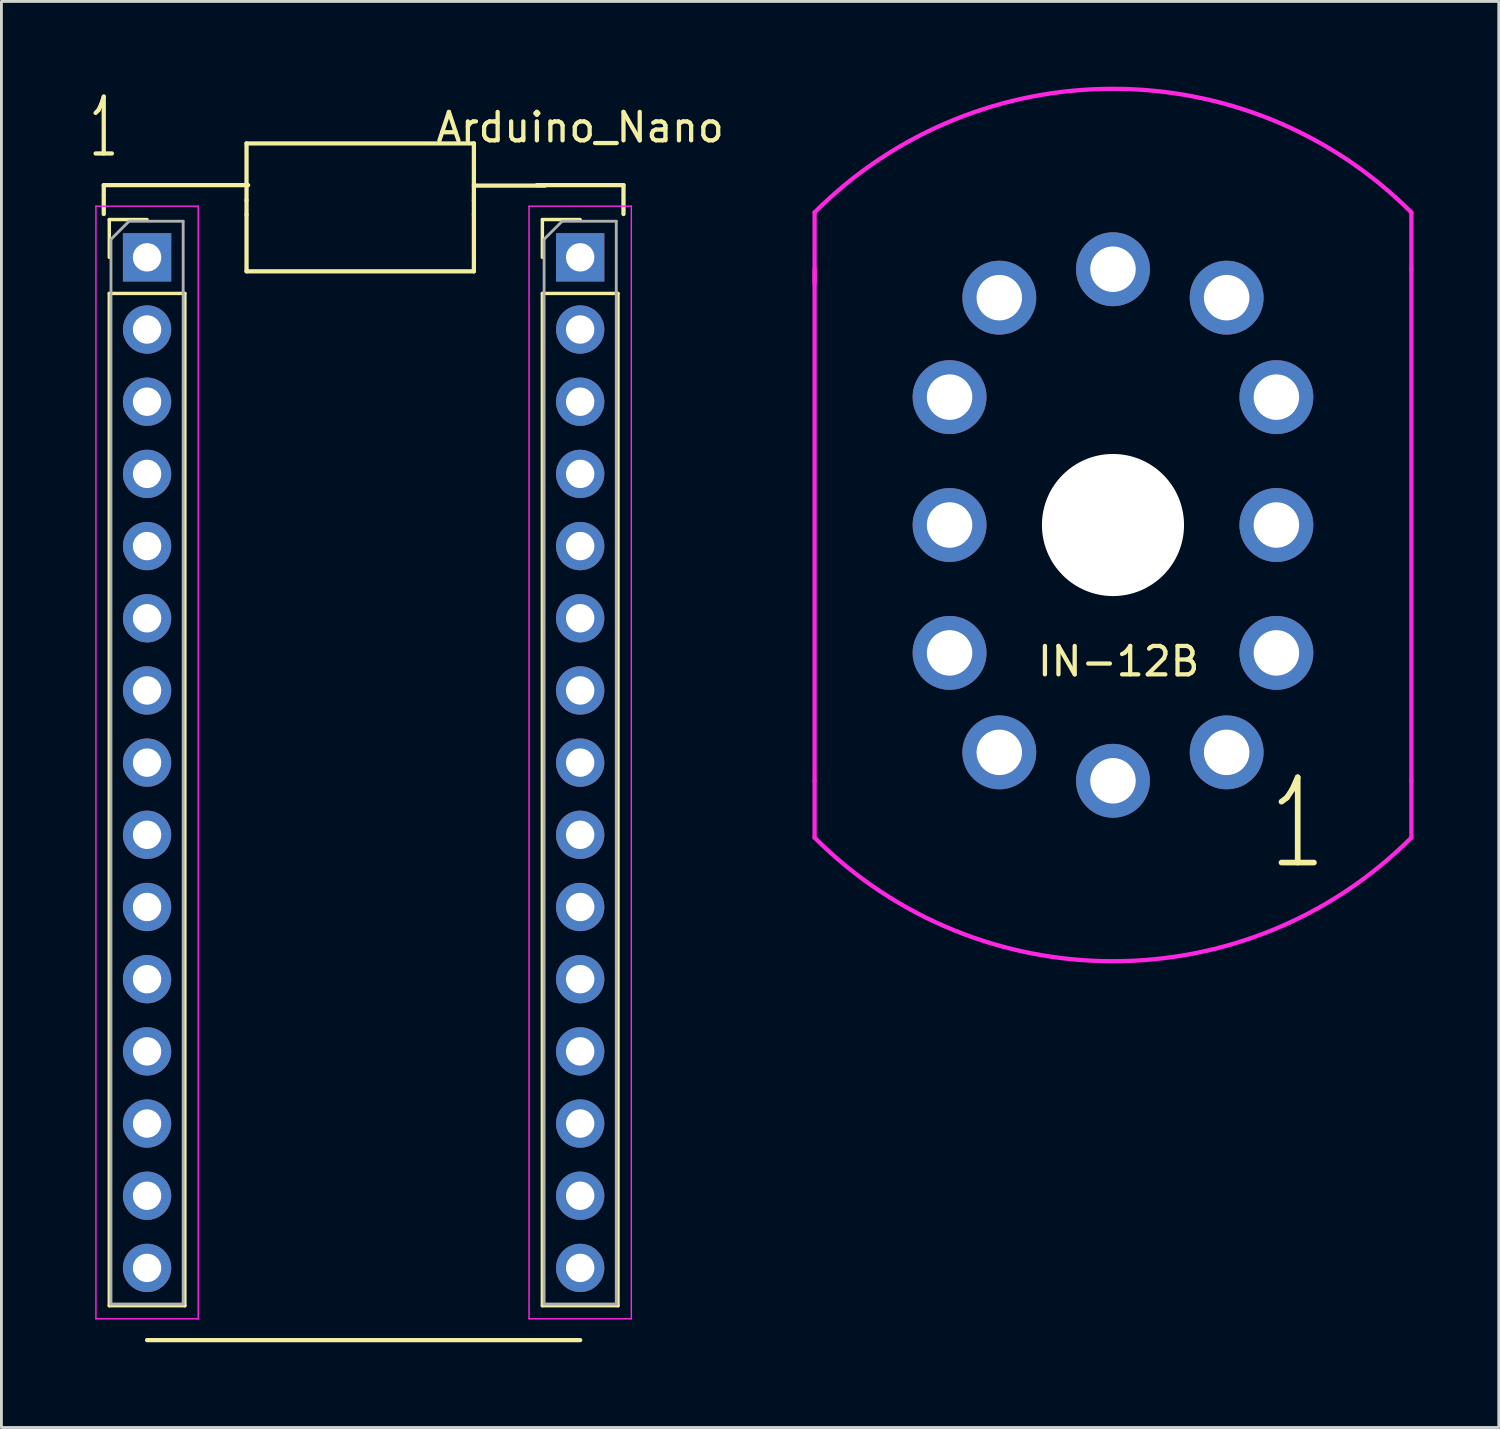
<source format=kicad_pcb>
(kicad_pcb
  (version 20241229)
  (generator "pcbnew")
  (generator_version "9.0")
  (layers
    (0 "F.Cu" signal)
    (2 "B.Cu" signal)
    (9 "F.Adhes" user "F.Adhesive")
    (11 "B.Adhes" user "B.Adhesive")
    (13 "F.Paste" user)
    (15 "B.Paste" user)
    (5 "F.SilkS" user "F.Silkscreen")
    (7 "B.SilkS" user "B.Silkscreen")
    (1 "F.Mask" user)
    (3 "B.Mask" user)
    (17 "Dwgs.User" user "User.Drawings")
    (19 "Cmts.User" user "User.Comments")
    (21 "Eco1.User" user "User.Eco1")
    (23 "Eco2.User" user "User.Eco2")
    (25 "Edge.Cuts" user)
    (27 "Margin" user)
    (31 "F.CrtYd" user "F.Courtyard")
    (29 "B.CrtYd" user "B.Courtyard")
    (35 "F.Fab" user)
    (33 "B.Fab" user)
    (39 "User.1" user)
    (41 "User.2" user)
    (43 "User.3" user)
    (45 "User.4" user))
  (footprint "Arduino_Nano"
    (layer "F.Cu")
    (at 2.125 6.005)
    (property "Reference" "Arduino_Nano" (at 15.24 -4.572 0) (layer "F.SilkS") (effects (font (size 1 1) (thickness 0.15))))
    (attr through_hole)
    (fp_line (start -1.524 -2.54) (end -1.524 -1.524) (stroke (width 0.15) (type solid)) (layer "F.SilkS"))
    (fp_line (start -1.33 -1.33) (end 0 -1.33) (stroke (width 0.12) (type solid)) (layer "F.SilkS"))
    (fp_line (start -1.33 0) (end -1.33 -1.33) (stroke (width 0.12) (type solid)) (layer "F.SilkS"))
    (fp_line (start -1.33 1.27) (end -1.33 36.89) (stroke (width 0.12) (type solid)) (layer "F.SilkS"))
    (fp_line (start -1.33 1.27) (end 1.33 1.27) (stroke (width 0.12) (type solid)) (layer "F.SilkS"))
    (fp_line (start -1.33 36.89) (end 1.33 36.89) (stroke (width 0.12) (type solid)) (layer "F.SilkS"))
    (fp_line (start 0 38.1) (end 15.24 38.1) (stroke (width 0.15) (type solid)) (layer "F.SilkS"))
    (fp_line (start 1.33 1.27) (end 1.33 36.89) (stroke (width 0.12) (type solid)) (layer "F.SilkS"))
    (fp_line (start 3.5 -4.008) (end 11.5 -4.008) (stroke (width 0.15) (type solid)) (layer "F.SilkS"))
    (fp_line (start 3.5 -2.008) (end 3.5 -4.008) (stroke (width 0.15) (type solid)) (layer "F.SilkS"))
    (fp_line (start 3.5 -2.008) (end 3.5 -1.508) (stroke (width 0.15) (type solid)) (layer "F.SilkS"))
    (fp_line (start 3.5 -1.508) (end 3.5 0.492) (stroke (width 0.15) (type solid)) (layer "F.SilkS"))
    (fp_line (start 3.5 0.492) (end 11.5 0.492) (stroke (width 0.15) (type solid)) (layer "F.SilkS"))
    (fp_line (start 3.556 -2.54) (end -1.524 -2.54) (stroke (width 0.15) (type solid)) (layer "F.SilkS"))
    (fp_line (start 11.5 -4.008) (end 11.5 -2.008) (stroke (width 0.15) (type solid)) (layer "F.SilkS"))
    (fp_line (start 11.5 -2.524) (end 14 -2.524) (stroke (width 0.15) (type solid)) (layer "F.SilkS"))
    (fp_line (start 11.5 -2.008) (end 11.5 -1.508) (stroke (width 0.15) (type solid)) (layer "F.SilkS"))
    (fp_line (start 11.5 0.492) (end 11.5 -1.508) (stroke (width 0.15) (type solid)) (layer "F.SilkS"))
    (fp_line (start 13.716 -2.54) (end 16.764 -2.54) (stroke (width 0.15) (type solid)) (layer "F.SilkS"))
    (fp_line (start 13.91 -1.33) (end 15.24 -1.33) (stroke (width 0.12) (type solid)) (layer "F.SilkS"))
    (fp_line (start 13.91 0) (end 13.91 -1.33) (stroke (width 0.12) (type solid)) (layer "F.SilkS"))
    (fp_line (start 13.91 1.27) (end 13.91 36.89) (stroke (width 0.12) (type solid)) (layer "F.SilkS"))
    (fp_line (start 13.91 1.27) (end 16.57 1.27) (stroke (width 0.12) (type solid)) (layer "F.SilkS"))
    (fp_line (start 13.91 36.89) (end 16.57 36.89) (stroke (width 0.12) (type solid)) (layer "F.SilkS"))
    (fp_line (start 16.57 1.27) (end 16.57 36.89) (stroke (width 0.12) (type solid)) (layer "F.SilkS"))
    (fp_line (start 16.764 -2.54) (end 16.764 -1.524) (stroke (width 0.15) (type solid)) (layer "F.SilkS"))
    (fp_line (start -1.8 -1.8) (end -1.8 37.35) (stroke (width 0.05) (type solid)) (layer "F.CrtYd"))
    (fp_line (start -1.8 37.35) (end 1.8 37.35) (stroke (width 0.05) (type solid)) (layer "F.CrtYd"))
    (fp_line (start 1.8 -1.8) (end -1.8 -1.8) (stroke (width 0.05) (type solid)) (layer "F.CrtYd"))
    (fp_line (start 1.8 37.35) (end 1.8 -1.8) (stroke (width 0.05) (type solid)) (layer "F.CrtYd"))
    (fp_line (start 13.44 -1.8) (end 13.44 37.35) (stroke (width 0.05) (type solid)) (layer "F.CrtYd"))
    (fp_line (start 13.44 37.35) (end 17.04 37.35) (stroke (width 0.05) (type solid)) (layer "F.CrtYd"))
    (fp_line (start 17.04 -1.8) (end 13.44 -1.8) (stroke (width 0.05) (type solid)) (layer "F.CrtYd"))
    (fp_line (start 17.04 37.35) (end 17.04 -1.8) (stroke (width 0.05) (type solid)) (layer "F.CrtYd"))
    (fp_line (start -1.27 -0.635) (end -0.635 -1.27) (stroke (width 0.1) (type solid)) (layer "F.Fab"))
    (fp_line (start -1.27 36.83) (end -1.27 -0.635) (stroke (width 0.1) (type solid)) (layer "F.Fab"))
    (fp_line (start -0.635 -1.27) (end 1.27 -1.27) (stroke (width 0.1) (type solid)) (layer "F.Fab"))
    (fp_line (start 1.27 -1.27) (end 1.27 36.83) (stroke (width 0.1) (type solid)) (layer "F.Fab"))
    (fp_line (start 1.27 36.83) (end -1.27 36.83) (stroke (width 0.1) (type solid)) (layer "F.Fab"))
    (fp_line (start 13.97 -0.635) (end 14.605 -1.27) (stroke (width 0.1) (type solid)) (layer "F.Fab"))
    (fp_line (start 13.97 36.83) (end 13.97 -0.635) (stroke (width 0.1) (type solid)) (layer "F.Fab"))
    (fp_line (start 14.605 -1.27) (end 16.51 -1.27) (stroke (width 0.1) (type solid)) (layer "F.Fab"))
    (fp_line (start 16.51 -1.27) (end 16.51 36.83) (stroke (width 0.1) (type solid)) (layer "F.Fab"))
    (fp_line (start 16.51 36.83) (end 13.97 36.83) (stroke (width 0.1) (type solid)) (layer "F.Fab"))
    (fp_text user "1" (at -1.524 -4.572 0) (layer "F.SilkS") (effects (font (size 2 1) (thickness 0.15))))
    (pad "1" thru_hole rect (at 0 0) (size 1.7 1.7) (drill 1) (layers "*.Cu" "*.Mask"))
    (pad "2" thru_hole oval (at 0 2.54) (size 1.7 1.7) (drill 1) (layers "*.Cu" "*.Mask"))
    (pad "3" thru_hole oval (at 0 5.08) (size 1.7 1.7) (drill 1) (layers "*.Cu" "*.Mask"))
    (pad "4" thru_hole oval (at 0 7.62) (size 1.7 1.7) (drill 1) (layers "*.Cu" "*.Mask"))
    (pad "5" thru_hole oval (at 0 10.16) (size 1.7 1.7) (drill 1) (layers "*.Cu" "*.Mask"))
    (pad "6" thru_hole oval (at 0 12.7) (size 1.7 1.7) (drill 1) (layers "*.Cu" "*.Mask"))
    (pad "7" thru_hole oval (at 0 15.24) (size 1.7 1.7) (drill 1) (layers "*.Cu" "*.Mask"))
    (pad "8" thru_hole oval (at 0 17.78) (size 1.7 1.7) (drill 1) (layers "*.Cu" "*.Mask"))
    (pad "9" thru_hole oval (at 0 20.32) (size 1.7 1.7) (drill 1) (layers "*.Cu" "*.Mask"))
    (pad "10" thru_hole oval (at 0 22.86) (size 1.7 1.7) (drill 1) (layers "*.Cu" "*.Mask"))
    (pad "11" thru_hole oval (at 0 25.4) (size 1.7 1.7) (drill 1) (layers "*.Cu" "*.Mask"))
    (pad "12" thru_hole oval (at 0 27.94) (size 1.7 1.7) (drill 1) (layers "*.Cu" "*.Mask"))
    (pad "13" thru_hole oval (at 0 30.48) (size 1.7 1.7) (drill 1) (layers "*.Cu" "*.Mask"))
    (pad "14" thru_hole oval (at 0 33.02) (size 1.7 1.7) (drill 1) (layers "*.Cu" "*.Mask"))
    (pad "15" thru_hole oval (at 0 35.56) (size 1.7 1.7) (drill 1) (layers "*.Cu" "*.Mask"))
    (pad "16" thru_hole oval (at 15.24 35.56) (size 1.7 1.7) (drill 1) (layers "*.Cu" "*.Mask"))
    (pad "17" thru_hole oval (at 15.24 33.02) (size 1.7 1.7) (drill 1) (layers "*.Cu" "*.Mask"))
    (pad "18" thru_hole oval (at 15.24 30.48) (size 1.7 1.7) (drill 1) (layers "*.Cu" "*.Mask"))
    (pad "19" thru_hole oval (at 15.24 27.94) (size 1.7 1.7) (drill 1) (layers "*.Cu" "*.Mask"))
    (pad "20" thru_hole oval (at 15.24 25.4) (size 1.7 1.7) (drill 1) (layers "*.Cu" "*.Mask"))
    (pad "21" thru_hole oval (at 15.24 22.86) (size 1.7 1.7) (drill 1) (layers "*.Cu" "*.Mask"))
    (pad "22" thru_hole oval (at 15.24 20.32) (size 1.7 1.7) (drill 1) (layers "*.Cu" "*.Mask"))
    (pad "23" thru_hole oval (at 15.24 17.78) (size 1.7 1.7) (drill 1) (layers "*.Cu" "*.Mask"))
    (pad "24" thru_hole oval (at 15.24 15.24) (size 1.7 1.7) (drill 1) (layers "*.Cu" "*.Mask"))
    (pad "25" thru_hole oval (at 15.24 12.7) (size 1.7 1.7) (drill 1) (layers "*.Cu" "*.Mask"))
    (pad "26" thru_hole oval (at 15.24 10.16) (size 1.7 1.7) (drill 1) (layers "*.Cu" "*.Mask"))
    (pad "27" thru_hole oval (at 15.24 7.62) (size 1.7 1.7) (drill 1) (layers "*.Cu" "*.Mask"))
    (pad "28" thru_hole oval (at 15.24 5.08) (size 1.7 1.7) (drill 1) (layers "*.Cu" "*.Mask"))
    (pad "29" thru_hole oval (at 15.24 2.54) (size 1.7 1.7) (drill 1) (layers "*.Cu" "*.Mask"))
    (pad "30" thru_hole rect (at 15.24 0) (size 1.7 1.7) (drill 1) (layers "*.Cu" "*.Mask")))
  (footprint "IN-12B"
    (layer "F.Cu")
    (at 36.113 15.424)
    (property "Reference" "IN-12B" (at 0.2 4.8 0) (layer "F.SilkS") (effects (font (size 1 1) (thickness 0.15))))
    (attr through_hole)
    (fp_line (start -10.5 -11) (end -10.5 -8.5) (stroke (width 0.15) (type solid)) (layer "F.CrtYd"))
    (fp_line (start -10.5 -9) (end -10.5 9) (stroke (width 0.15) (type solid)) (layer "F.CrtYd"))
    (fp_line (start -10.5 9) (end -10.5 11) (stroke (width 0.15) (type solid)) (layer "F.CrtYd"))
    (fp_line (start 10.5 -11) (end 10.5 -9) (stroke (width 0.15) (type solid)) (layer "F.CrtYd"))
    (fp_line (start 10.5 -9) (end 10.5 9) (stroke (width 0.15) (type solid)) (layer "F.CrtYd"))
    (fp_line (start 10.5 9) (end 10.5 11) (stroke (width 0.15) (type solid)) (layer "F.CrtYd"))
    (fp_arc (start -10.5 -11) (mid 0 -15.349242) (end 10.5 -11) (stroke (width 0.15) (type solid)) (layer "F.CrtYd"))
    (fp_arc (start 10.5 11) (mid 0 15.349242) (end -10.5 11) (stroke (width 0.15) (type solid)) (layer "F.CrtYd"))
    (fp_text user "1" (at 6.5 10.5 0) (layer "F.SilkS") (effects (font (size 3 2) (thickness 0.2))))
    (pad "" np_thru_hole circle (at 0 0) (size 5 5) (drill 5) (layers "*.Cu" "*.Mask"))
    (pad "1" thru_hole circle (at 4 8) (size 2.6 2.6) (drill 1.6) (layers "*.Cu" "*.Mask"))
    (pad "2" thru_hole circle (at 5.75 4.5) (size 2.6 2.6) (drill 1.6) (layers "*.Cu" "*.Mask"))
    (pad "3" thru_hole circle (at 5.75 0) (size 2.6 2.6) (drill 1.6) (layers "*.Cu" "*.Mask"))
    (pad "4" thru_hole circle (at 5.75 -4.5) (size 2.6 2.6) (drill 1.6) (layers "*.Cu" "*.Mask"))
    (pad "5" thru_hole circle (at 4 -8) (size 2.6 2.6) (drill 1.6) (layers "*.Cu" "*.Mask"))
    (pad "6" thru_hole circle (at 0 -9) (size 2.6 2.6) (drill 1.6) (layers "*.Cu" "*.Mask"))
    (pad "7" thru_hole circle (at -4 -8) (size 2.6 2.6) (drill 1.6) (layers "*.Cu" "*.Mask"))
    (pad "8" thru_hole circle (at -5.75 -4.5) (size 2.6 2.6) (drill 1.6) (layers "*.Cu" "*.Mask"))
    (pad "9" thru_hole circle (at -5.75 0) (size 2.6 2.6) (drill 1.6) (layers "*.Cu" "*.Mask"))
    (pad "10" thru_hole circle (at -5.75 4.5) (size 2.6 2.6) (drill 1.6) (layers "*.Cu" "*.Mask"))
    (pad "11" thru_hole circle (at -4 8) (size 2.6 2.6) (drill 1.6) (layers "*.Cu" "*.Mask"))
    (pad "12" thru_hole circle (at 0 9) (size 2.6 2.6) (drill 1.6) (layers "*.Cu" "*.Mask")))
  (gr_rect
    (start -3 -3)
    (end 49.688 47.18)
    (stroke (width 0.1) (type default))
    (fill no)
    (layer "Edge.Cuts")))
</source>
